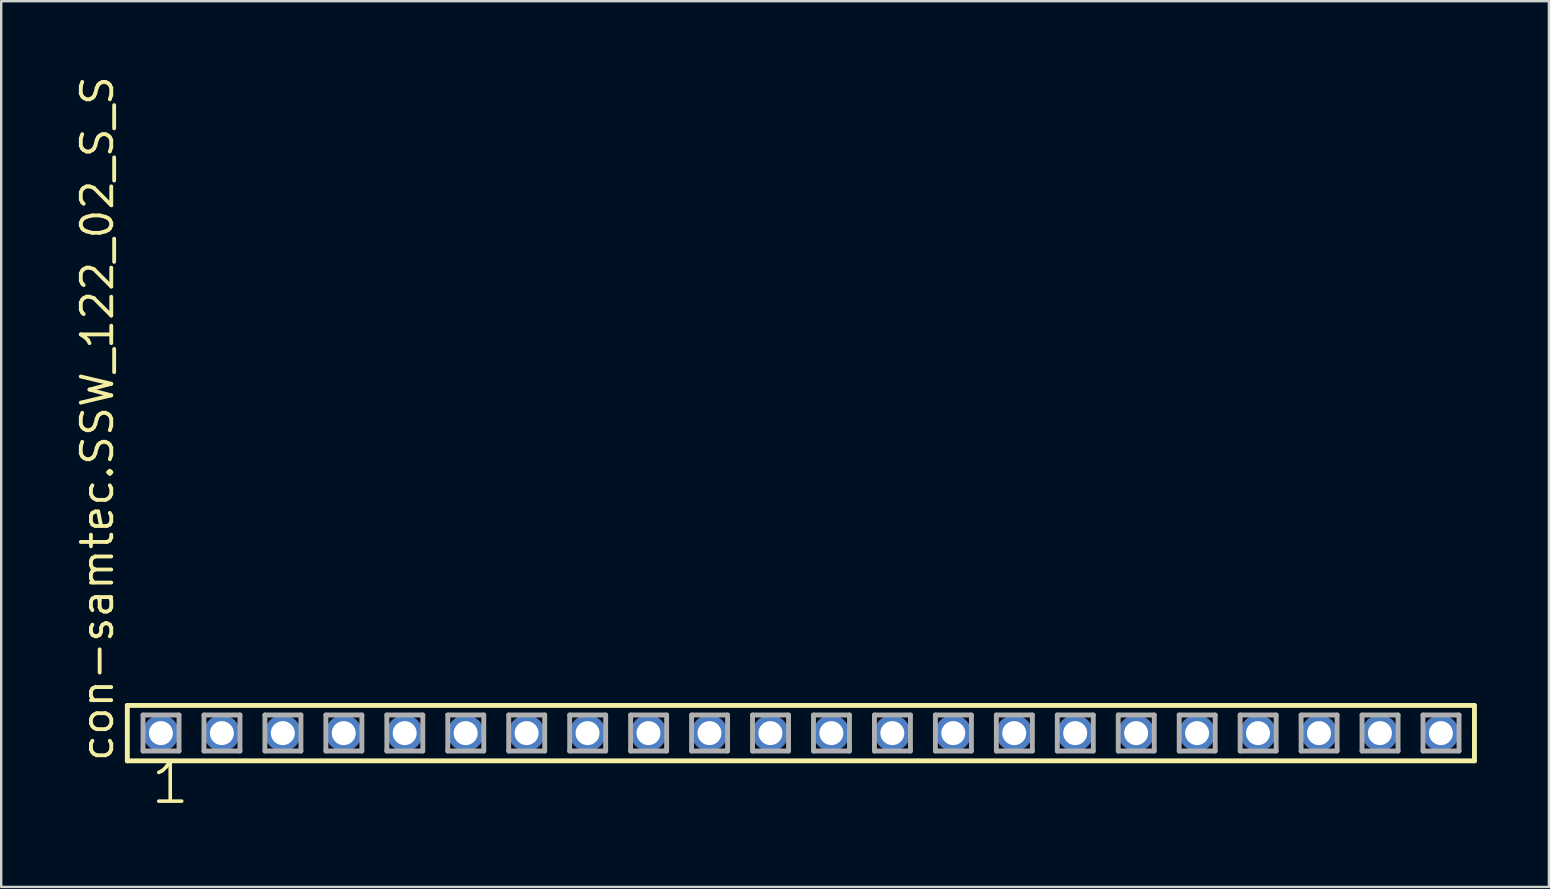
<source format=kicad_pcb>
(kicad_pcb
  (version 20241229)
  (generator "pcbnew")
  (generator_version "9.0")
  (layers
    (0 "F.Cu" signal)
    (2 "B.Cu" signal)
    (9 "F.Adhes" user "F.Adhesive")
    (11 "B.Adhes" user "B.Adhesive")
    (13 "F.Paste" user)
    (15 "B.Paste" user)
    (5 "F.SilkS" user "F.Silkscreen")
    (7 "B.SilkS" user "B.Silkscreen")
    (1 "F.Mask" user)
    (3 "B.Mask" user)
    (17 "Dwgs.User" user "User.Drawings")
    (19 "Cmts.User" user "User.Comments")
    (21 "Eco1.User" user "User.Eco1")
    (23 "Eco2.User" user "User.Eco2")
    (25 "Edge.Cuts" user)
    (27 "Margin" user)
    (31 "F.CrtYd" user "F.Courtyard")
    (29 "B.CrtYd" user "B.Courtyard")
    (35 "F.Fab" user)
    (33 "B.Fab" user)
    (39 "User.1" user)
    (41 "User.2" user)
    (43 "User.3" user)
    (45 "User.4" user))
  (footprint "con-samtec.SSW_122_02_S_S"
    (layer "F.Cu")
    (at 30.325 27.501)
    (property "Reference" "con-samtec.SSW_122_02_S_S" (at -28.575 1.27 90) (layer "F.SilkS") (effects (font (size 1.27 1.27) (thickness 0.16)) (justify left bottom)))
    (attr through_hole)
    (fp_line (start -28.069 -1.155) (end 28.069 -1.155) (stroke (width 0.203) (type default)) (layer "F.SilkS"))
    (fp_line (start -28.069 1.155) (end -28.069 -1.155) (stroke (width 0.203) (type default)) (layer "F.SilkS"))
    (fp_line (start 28.069 -1.155) (end 28.069 1.155) (stroke (width 0.203) (type default)) (layer "F.SilkS"))
    (fp_line (start 28.069 1.155) (end -28.069 1.155) (stroke (width 0.203) (type default)) (layer "F.SilkS"))
    (fp_line (start -27.415 -0.755) (end -25.915 -0.755) (stroke (width 0.203) (type default)) (layer "F.Fab"))
    (fp_line (start -27.415 0.745) (end -27.415 -0.755) (stroke (width 0.203) (type default)) (layer "F.Fab"))
    (fp_line (start -25.915 -0.755) (end -25.915 0.745) (stroke (width 0.203) (type default)) (layer "F.Fab"))
    (fp_line (start -25.915 0.745) (end -27.415 0.745) (stroke (width 0.203) (type default)) (layer "F.Fab"))
    (fp_line (start -24.875 -0.755) (end -23.375 -0.755) (stroke (width 0.203) (type default)) (layer "F.Fab"))
    (fp_line (start -24.875 0.745) (end -24.875 -0.755) (stroke (width 0.203) (type default)) (layer "F.Fab"))
    (fp_line (start -23.375 -0.755) (end -23.375 0.745) (stroke (width 0.203) (type default)) (layer "F.Fab"))
    (fp_line (start -23.375 0.745) (end -24.875 0.745) (stroke (width 0.203) (type default)) (layer "F.Fab"))
    (fp_line (start -22.335 -0.755) (end -20.835 -0.755) (stroke (width 0.203) (type default)) (layer "F.Fab"))
    (fp_line (start -22.335 0.745) (end -22.335 -0.755) (stroke (width 0.203) (type default)) (layer "F.Fab"))
    (fp_line (start -20.835 -0.755) (end -20.835 0.745) (stroke (width 0.203) (type default)) (layer "F.Fab"))
    (fp_line (start -20.835 0.745) (end -22.335 0.745) (stroke (width 0.203) (type default)) (layer "F.Fab"))
    (fp_line (start -19.795 -0.755) (end -18.295 -0.755) (stroke (width 0.203) (type default)) (layer "F.Fab"))
    (fp_line (start -19.795 0.745) (end -19.795 -0.755) (stroke (width 0.203) (type default)) (layer "F.Fab"))
    (fp_line (start -18.295 -0.755) (end -18.295 0.745) (stroke (width 0.203) (type default)) (layer "F.Fab"))
    (fp_line (start -18.295 0.745) (end -19.795 0.745) (stroke (width 0.203) (type default)) (layer "F.Fab"))
    (fp_line (start -17.255 -0.755) (end -15.755 -0.755) (stroke (width 0.203) (type default)) (layer "F.Fab"))
    (fp_line (start -17.255 0.745) (end -17.255 -0.755) (stroke (width 0.203) (type default)) (layer "F.Fab"))
    (fp_line (start -15.755 -0.755) (end -15.755 0.745) (stroke (width 0.203) (type default)) (layer "F.Fab"))
    (fp_line (start -15.755 0.745) (end -17.255 0.745) (stroke (width 0.203) (type default)) (layer "F.Fab"))
    (fp_line (start -14.715 -0.755) (end -13.215 -0.755) (stroke (width 0.203) (type default)) (layer "F.Fab"))
    (fp_line (start -14.715 0.745) (end -14.715 -0.755) (stroke (width 0.203) (type default)) (layer "F.Fab"))
    (fp_line (start -13.215 -0.755) (end -13.215 0.745) (stroke (width 0.203) (type default)) (layer "F.Fab"))
    (fp_line (start -13.215 0.745) (end -14.715 0.745) (stroke (width 0.203) (type default)) (layer "F.Fab"))
    (fp_line (start -12.175 -0.755) (end -10.675 -0.755) (stroke (width 0.203) (type default)) (layer "F.Fab"))
    (fp_line (start -12.175 0.745) (end -12.175 -0.755) (stroke (width 0.203) (type default)) (layer "F.Fab"))
    (fp_line (start -10.675 -0.755) (end -10.675 0.745) (stroke (width 0.203) (type default)) (layer "F.Fab"))
    (fp_line (start -10.675 0.745) (end -12.175 0.745) (stroke (width 0.203) (type default)) (layer "F.Fab"))
    (fp_line (start -9.635 -0.755) (end -8.135 -0.755) (stroke (width 0.203) (type default)) (layer "F.Fab"))
    (fp_line (start -9.635 0.745) (end -9.635 -0.755) (stroke (width 0.203) (type default)) (layer "F.Fab"))
    (fp_line (start -8.135 -0.755) (end -8.135 0.745) (stroke (width 0.203) (type default)) (layer "F.Fab"))
    (fp_line (start -8.135 0.745) (end -9.635 0.745) (stroke (width 0.203) (type default)) (layer "F.Fab"))
    (fp_line (start -7.095 -0.755) (end -5.595 -0.755) (stroke (width 0.203) (type default)) (layer "F.Fab"))
    (fp_line (start -7.095 0.745) (end -7.095 -0.755) (stroke (width 0.203) (type default)) (layer "F.Fab"))
    (fp_line (start -5.595 -0.755) (end -5.595 0.745) (stroke (width 0.203) (type default)) (layer "F.Fab"))
    (fp_line (start -5.595 0.745) (end -7.095 0.745) (stroke (width 0.203) (type default)) (layer "F.Fab"))
    (fp_line (start -4.555 -0.755) (end -3.055 -0.755) (stroke (width 0.203) (type default)) (layer "F.Fab"))
    (fp_line (start -4.555 0.745) (end -4.555 -0.755) (stroke (width 0.203) (type default)) (layer "F.Fab"))
    (fp_line (start -3.055 -0.755) (end -3.055 0.745) (stroke (width 0.203) (type default)) (layer "F.Fab"))
    (fp_line (start -3.055 0.745) (end -4.555 0.745) (stroke (width 0.203) (type default)) (layer "F.Fab"))
    (fp_line (start -2.015 -0.755) (end -0.515 -0.755) (stroke (width 0.203) (type default)) (layer "F.Fab"))
    (fp_line (start -2.015 0.745) (end -2.015 -0.755) (stroke (width 0.203) (type default)) (layer "F.Fab"))
    (fp_line (start -0.515 -0.755) (end -0.515 0.745) (stroke (width 0.203) (type default)) (layer "F.Fab"))
    (fp_line (start -0.515 0.745) (end -2.015 0.745) (stroke (width 0.203) (type default)) (layer "F.Fab"))
    (fp_line (start 0.525 -0.755) (end 2.025 -0.755) (stroke (width 0.203) (type default)) (layer "F.Fab"))
    (fp_line (start 0.525 0.745) (end 0.525 -0.755) (stroke (width 0.203) (type default)) (layer "F.Fab"))
    (fp_line (start 2.025 -0.755) (end 2.025 0.745) (stroke (width 0.203) (type default)) (layer "F.Fab"))
    (fp_line (start 2.025 0.745) (end 0.525 0.745) (stroke (width 0.203) (type default)) (layer "F.Fab"))
    (fp_line (start 3.065 -0.755) (end 4.565 -0.755) (stroke (width 0.203) (type default)) (layer "F.Fab"))
    (fp_line (start 3.065 0.745) (end 3.065 -0.755) (stroke (width 0.203) (type default)) (layer "F.Fab"))
    (fp_line (start 4.565 -0.755) (end 4.565 0.745) (stroke (width 0.203) (type default)) (layer "F.Fab"))
    (fp_line (start 4.565 0.745) (end 3.065 0.745) (stroke (width 0.203) (type default)) (layer "F.Fab"))
    (fp_line (start 5.605 -0.755) (end 7.105 -0.755) (stroke (width 0.203) (type default)) (layer "F.Fab"))
    (fp_line (start 5.605 0.745) (end 5.605 -0.755) (stroke (width 0.203) (type default)) (layer "F.Fab"))
    (fp_line (start 7.105 -0.755) (end 7.105 0.745) (stroke (width 0.203) (type default)) (layer "F.Fab"))
    (fp_line (start 7.105 0.745) (end 5.605 0.745) (stroke (width 0.203) (type default)) (layer "F.Fab"))
    (fp_line (start 8.145 -0.755) (end 9.645 -0.755) (stroke (width 0.203) (type default)) (layer "F.Fab"))
    (fp_line (start 8.145 0.745) (end 8.145 -0.755) (stroke (width 0.203) (type default)) (layer "F.Fab"))
    (fp_line (start 9.645 -0.755) (end 9.645 0.745) (stroke (width 0.203) (type default)) (layer "F.Fab"))
    (fp_line (start 9.645 0.745) (end 8.145 0.745) (stroke (width 0.203) (type default)) (layer "F.Fab"))
    (fp_line (start 10.685 -0.755) (end 12.185 -0.755) (stroke (width 0.203) (type default)) (layer "F.Fab"))
    (fp_line (start 10.685 0.745) (end 10.685 -0.755) (stroke (width 0.203) (type default)) (layer "F.Fab"))
    (fp_line (start 12.185 -0.755) (end 12.185 0.745) (stroke (width 0.203) (type default)) (layer "F.Fab"))
    (fp_line (start 12.185 0.745) (end 10.685 0.745) (stroke (width 0.203) (type default)) (layer "F.Fab"))
    (fp_line (start 13.225 -0.755) (end 14.725 -0.755) (stroke (width 0.203) (type default)) (layer "F.Fab"))
    (fp_line (start 13.225 0.745) (end 13.225 -0.755) (stroke (width 0.203) (type default)) (layer "F.Fab"))
    (fp_line (start 14.725 -0.755) (end 14.725 0.745) (stroke (width 0.203) (type default)) (layer "F.Fab"))
    (fp_line (start 14.725 0.745) (end 13.225 0.745) (stroke (width 0.203) (type default)) (layer "F.Fab"))
    (fp_line (start 15.765 -0.755) (end 17.265 -0.755) (stroke (width 0.203) (type default)) (layer "F.Fab"))
    (fp_line (start 15.765 0.745) (end 15.765 -0.755) (stroke (width 0.203) (type default)) (layer "F.Fab"))
    (fp_line (start 17.265 -0.755) (end 17.265 0.745) (stroke (width 0.203) (type default)) (layer "F.Fab"))
    (fp_line (start 17.265 0.745) (end 15.765 0.745) (stroke (width 0.203) (type default)) (layer "F.Fab"))
    (fp_line (start 18.305 -0.755) (end 19.805 -0.755) (stroke (width 0.203) (type default)) (layer "F.Fab"))
    (fp_line (start 18.305 0.745) (end 18.305 -0.755) (stroke (width 0.203) (type default)) (layer "F.Fab"))
    (fp_line (start 19.805 -0.755) (end 19.805 0.745) (stroke (width 0.203) (type default)) (layer "F.Fab"))
    (fp_line (start 19.805 0.745) (end 18.305 0.745) (stroke (width 0.203) (type default)) (layer "F.Fab"))
    (fp_line (start 20.845 -0.755) (end 22.345 -0.755) (stroke (width 0.203) (type default)) (layer "F.Fab"))
    (fp_line (start 20.845 0.745) (end 20.845 -0.755) (stroke (width 0.203) (type default)) (layer "F.Fab"))
    (fp_line (start 22.345 -0.755) (end 22.345 0.745) (stroke (width 0.203) (type default)) (layer "F.Fab"))
    (fp_line (start 22.345 0.745) (end 20.845 0.745) (stroke (width 0.203) (type default)) (layer "F.Fab"))
    (fp_line (start 23.385 -0.755) (end 24.885 -0.755) (stroke (width 0.203) (type default)) (layer "F.Fab"))
    (fp_line (start 23.385 0.745) (end 23.385 -0.755) (stroke (width 0.203) (type default)) (layer "F.Fab"))
    (fp_line (start 24.885 -0.755) (end 24.885 0.745) (stroke (width 0.203) (type default)) (layer "F.Fab"))
    (fp_line (start 24.885 0.745) (end 23.385 0.745) (stroke (width 0.203) (type default)) (layer "F.Fab"))
    (fp_line (start 25.925 -0.755) (end 27.425 -0.755) (stroke (width 0.203) (type default)) (layer "F.Fab"))
    (fp_line (start 25.925 0.745) (end 25.925 -0.755) (stroke (width 0.203) (type default)) (layer "F.Fab"))
    (fp_line (start 27.425 -0.755) (end 27.425 0.745) (stroke (width 0.203) (type default)) (layer "F.Fab"))
    (fp_line (start 27.425 0.745) (end 25.925 0.745) (stroke (width 0.203) (type default)) (layer "F.Fab"))
    (fp_text user "1" (at -27.178 3.048 0) (layer "F.SilkS") (effects (font (size 1.676 1.676) (thickness 0.15)) (justify left bottom)))
    (pad "1" thru_hole circle (at -26.67 0) (size 1.5 1.5) (drill 1) (layers "*.Cu" "*.Mask"))
    (pad "2" thru_hole circle (at -24.13 0) (size 1.5 1.5) (drill 1) (layers "*.Cu" "*.Mask"))
    (pad "3" thru_hole circle (at -21.59 0) (size 1.5 1.5) (drill 1) (layers "*.Cu" "*.Mask"))
    (pad "4" thru_hole circle (at -19.05 0) (size 1.5 1.5) (drill 1) (layers "*.Cu" "*.Mask"))
    (pad "5" thru_hole circle (at -16.51 0) (size 1.5 1.5) (drill 1) (layers "*.Cu" "*.Mask"))
    (pad "6" thru_hole circle (at -13.97 0) (size 1.5 1.5) (drill 1) (layers "*.Cu" "*.Mask"))
    (pad "7" thru_hole circle (at -11.43 0) (size 1.5 1.5) (drill 1) (layers "*.Cu" "*.Mask"))
    (pad "8" thru_hole circle (at -8.89 0) (size 1.5 1.5) (drill 1) (layers "*.Cu" "*.Mask"))
    (pad "9" thru_hole circle (at -6.35 0) (size 1.5 1.5) (drill 1) (layers "*.Cu" "*.Mask"))
    (pad "10" thru_hole circle (at -3.81 0) (size 1.5 1.5) (drill 1) (layers "*.Cu" "*.Mask"))
    (pad "11" thru_hole circle (at -1.27 0) (size 1.5 1.5) (drill 1) (layers "*.Cu" "*.Mask"))
    (pad "12" thru_hole circle (at 1.27 0) (size 1.5 1.5) (drill 1) (layers "*.Cu" "*.Mask"))
    (pad "13" thru_hole circle (at 3.81 0) (size 1.5 1.5) (drill 1) (layers "*.Cu" "*.Mask"))
    (pad "14" thru_hole circle (at 6.35 0) (size 1.5 1.5) (drill 1) (layers "*.Cu" "*.Mask"))
    (pad "15" thru_hole circle (at 8.89 0) (size 1.5 1.5) (drill 1) (layers "*.Cu" "*.Mask"))
    (pad "16" thru_hole circle (at 11.43 0) (size 1.5 1.5) (drill 1) (layers "*.Cu" "*.Mask"))
    (pad "17" thru_hole circle (at 13.97 0) (size 1.5 1.5) (drill 1) (layers "*.Cu" "*.Mask"))
    (pad "18" thru_hole circle (at 16.51 0) (size 1.5 1.5) (drill 1) (layers "*.Cu" "*.Mask"))
    (pad "19" thru_hole circle (at 19.05 0) (size 1.5 1.5) (drill 1) (layers "*.Cu" "*.Mask"))
    (pad "20" thru_hole circle (at 21.59 0) (size 1.5 1.5) (drill 1) (layers "*.Cu" "*.Mask"))
    (pad "21" thru_hole circle (at 24.13 0) (size 1.5 1.5) (drill 1) (layers "*.Cu" "*.Mask"))
    (pad "22" thru_hole circle (at 26.67 0) (size 1.5 1.5) (drill 1) (layers "*.Cu" "*.Mask")))
  (gr_rect
    (start -3 -3)
    (end 61.496 33.91)
    (stroke (width 0.1) (type default))
    (fill no)
    (layer "Edge.Cuts")))
</source>
